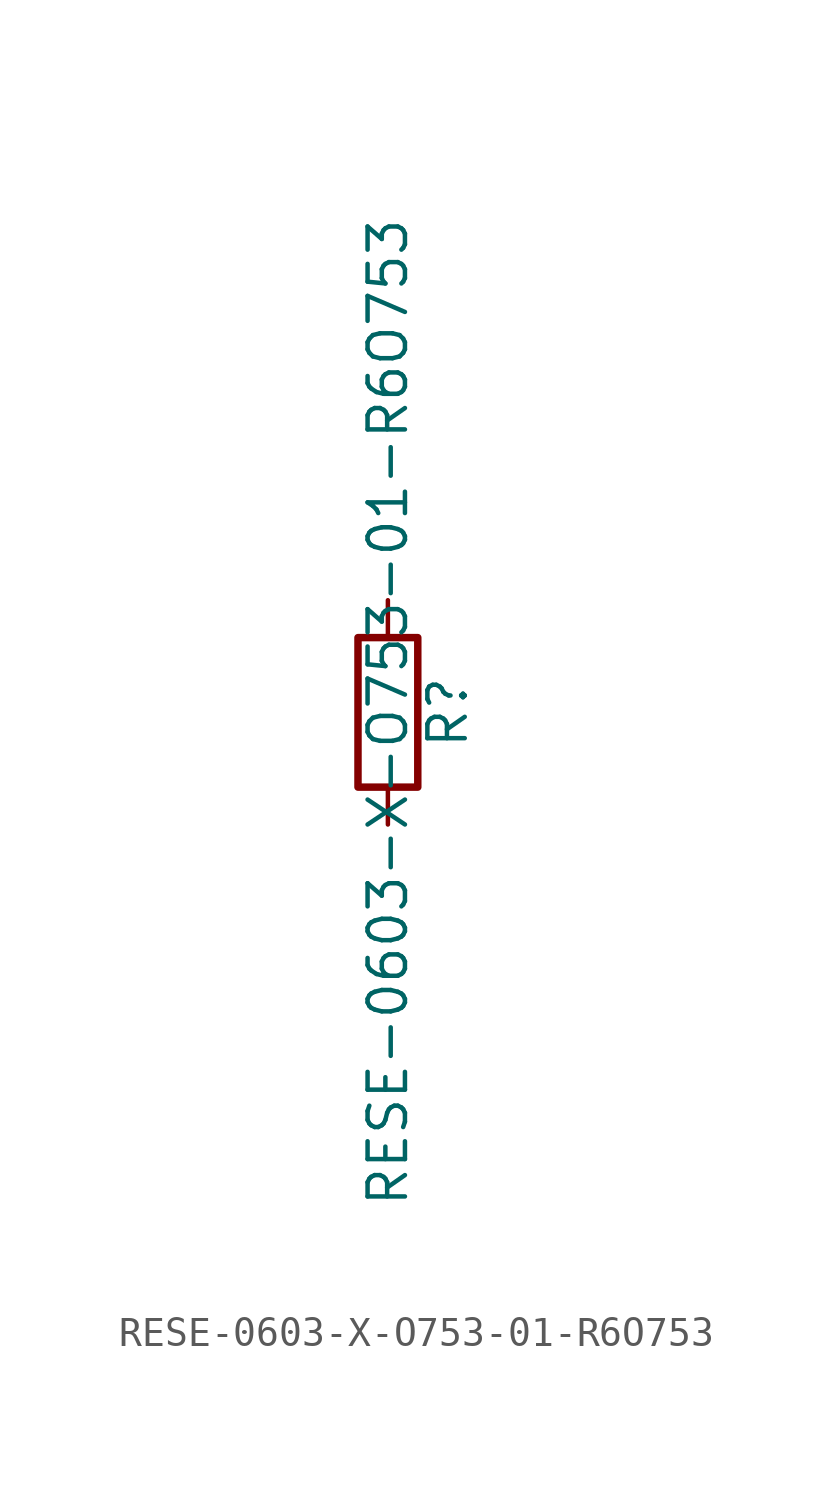
<source format=kicad_sym>
(kicad_symbol_lib
  (version 20211014)
  (generator kicad_symbol_editor)
  (symbol "RESE-0603-X-O753-01-R6O753"
    (pin_numbers hide)
    (pin_names
      (offset 0))
    (property "Reference" "R"
      (at 2.032 0 90)
      (effects (font (size 1.27 1.27))))
    (property "Value" "RESE-0603-X-O753-01-R6O753"
      (at 0 0 90)
      (effects (font (size 1.27 1.27))))
    (symbol "RESE-0603-X-O753-01-R6O753_0_1"
      (rectangle (start -1.016 -2.54) (end 1.016 2.54) (stroke (width 0.254) (type default) (color 0 0 0 0)) (fill (type none))))
    (symbol "RESE-0603-X-O753-01-R6O753_1_1"
      (pin passive line (at 0 3.81 270) (length 1.27) (name "~" (effects (font (size 1.27 1.27)))) (number "1" (effects (font (size 1.27 1.27)))))
      (pin passive line (at 0 -3.81 90) (length 1.27) (name "~" (effects (font (size 1.27 1.27)))) (number "2" (effects (font (size 1.27 1.27))))))))
</source>
